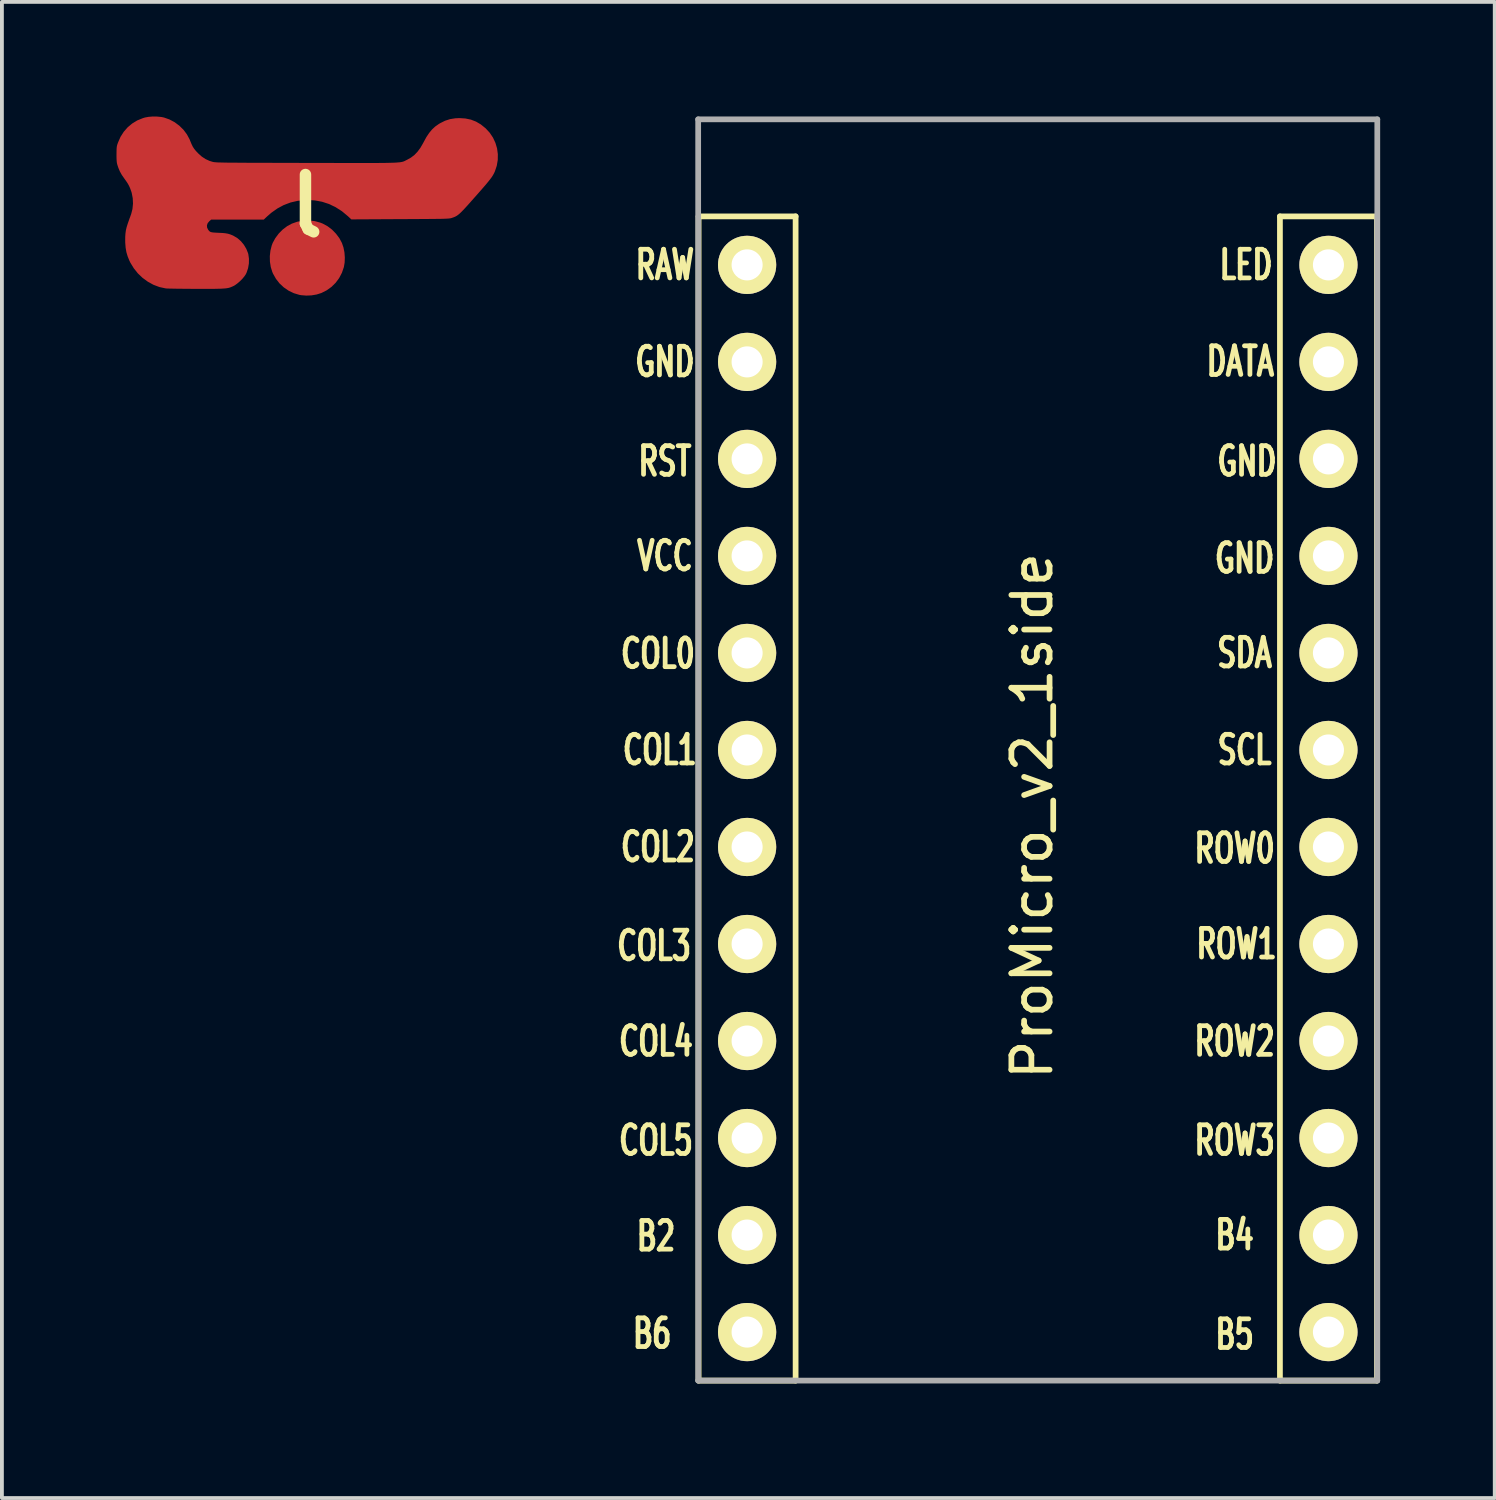
<source format=kicad_pcb>
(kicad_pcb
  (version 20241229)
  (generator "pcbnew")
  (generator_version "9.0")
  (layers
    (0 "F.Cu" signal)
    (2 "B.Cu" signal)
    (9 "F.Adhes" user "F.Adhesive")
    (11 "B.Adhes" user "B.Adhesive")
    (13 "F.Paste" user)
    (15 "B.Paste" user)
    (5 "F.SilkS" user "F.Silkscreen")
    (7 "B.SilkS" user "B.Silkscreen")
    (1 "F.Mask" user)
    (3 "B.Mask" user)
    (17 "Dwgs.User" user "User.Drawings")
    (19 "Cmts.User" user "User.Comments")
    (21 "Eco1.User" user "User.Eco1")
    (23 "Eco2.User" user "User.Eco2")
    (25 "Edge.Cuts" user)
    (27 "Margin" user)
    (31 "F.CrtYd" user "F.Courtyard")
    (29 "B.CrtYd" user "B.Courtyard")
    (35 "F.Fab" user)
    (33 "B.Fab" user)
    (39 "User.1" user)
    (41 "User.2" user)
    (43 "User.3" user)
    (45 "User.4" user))
  (footprint "l"
    (layer "F.Cu")
    (at 4.983 2.341)
    (property "Reference" "l" (at 0 0 0) (layer "F.SilkS") (effects (font (size 1.5 1.5) (thickness 0.3))))
    (attr board_only exclude_from_pos_files exclude_from_bom)
    (fp_poly (pts (xy 0.206 0.398) (xy 0.353 0.438) (xy 0.418 0.464) (xy 0.544 0.533) (xy 0.661 0.622) (xy 0.765 0.729) (xy 0.854 0.848) (xy 0.919 0.97) (xy 0.959 1.087) (xy 0.985 1.217) (xy 0.995 1.352) (xy 0.99 1.484) (xy 0.97 1.601) (xy 0.919 1.75) (xy 0.847 1.888) (xy 0.756 2.011) (xy 0.647 2.119) (xy 0.522 2.209) (xy 0.383 2.279) (xy 0.381 2.28) (xy 0.258 2.319) (xy 0.123 2.342) (xy -0.015 2.348) (xy -0.149 2.337) (xy -0.195 2.329) (xy -0.341 2.285) (xy -0.478 2.219) (xy -0.603 2.133) (xy -0.714 2.03) (xy -0.808 1.91) (xy -0.883 1.777) (xy -0.903 1.732) (xy -0.944 1.6) (xy -0.966 1.459) (xy -0.969 1.314) (xy -0.953 1.171) (xy -0.919 1.036) (xy -0.894 0.97) (xy -0.824 0.842) (xy -0.735 0.723) (xy -0.63 0.617) (xy -0.512 0.528) (xy -0.393 0.464) (xy -0.25 0.414) (xy -0.1 0.386) (xy 0.054 0.381)) (stroke (width 0) (type solid)) (fill yes) (layers "F.Cu" "F.Mask"))
    (fp_poly (pts (xy -3.916 -2.339) (xy -3.808 -2.328) (xy -3.739 -2.314) (xy -3.595 -2.263) (xy -3.46 -2.191) (xy -3.338 -2.1) (xy -3.229 -1.993) (xy -3.139 -1.872) (xy -3.068 -1.74) (xy -3.054 -1.704) (xy -3.019 -1.62) (xy -2.987 -1.553) (xy -2.95 -1.496) (xy -2.906 -1.441) (xy -2.849 -1.381) (xy -2.848 -1.379) (xy -2.751 -1.292) (xy -2.653 -1.227) (xy -2.548 -1.179) (xy -2.467 -1.154) (xy -2.455 -1.151) (xy -2.442 -1.148) (xy -2.426 -1.146) (xy -2.406 -1.144) (xy -2.382 -1.142) (xy -2.352 -1.14) (xy -2.316 -1.138) (xy -2.271 -1.137) (xy -2.217 -1.136) (xy -2.153 -1.134) (xy -2.078 -1.133) (xy -1.99 -1.132) (xy -1.889 -1.132) (xy -1.773 -1.131) (xy -1.641 -1.13) (xy -1.493 -1.129) (xy -1.327 -1.129) (xy -1.141 -1.128) (xy -0.936 -1.128) (xy -0.709 -1.127) (xy -0.46 -1.127) (xy -0.188 -1.126) (xy -0.006 -1.126) (xy 0.286 -1.125) (xy 0.554 -1.125) (xy 0.799 -1.124) (xy 1.022 -1.124) (xy 1.224 -1.123) (xy 1.406 -1.123) (xy 1.57 -1.123) (xy 1.717 -1.124) (xy 1.847 -1.124) (xy 1.962 -1.125) (xy 2.063 -1.126) (xy 2.15 -1.128) (xy 2.226 -1.13) (xy 2.291 -1.132) (xy 2.346 -1.135) (xy 2.393 -1.139) (xy 2.431 -1.142) (xy 2.464 -1.147) (xy 2.491 -1.152) (xy 2.514 -1.158) (xy 2.534 -1.164) (xy 2.552 -1.172) (xy 2.568 -1.179) (xy 2.585 -1.188) (xy 2.604 -1.198) (xy 2.625 -1.208) (xy 2.627 -1.209) (xy 2.728 -1.266) (xy 2.818 -1.335) (xy 2.898 -1.419) (xy 2.973 -1.52) (xy 3.044 -1.643) (xy 3.059 -1.671) (xy 3.13 -1.802) (xy 3.203 -1.911) (xy 3.279 -2.002) (xy 3.362 -2.079) (xy 3.456 -2.145) (xy 3.487 -2.164) (xy 3.617 -2.229) (xy 3.749 -2.272) (xy 3.888 -2.294) (xy 3.994 -2.299) (xy 4.152 -2.289) (xy 4.296 -2.259) (xy 4.43 -2.207) (xy 4.556 -2.133) (xy 4.677 -2.035) (xy 4.682 -2.031) (xy 4.788 -1.916) (xy 4.874 -1.788) (xy 4.938 -1.65) (xy 4.981 -1.505) (xy 5.001 -1.355) (xy 4.999 -1.203) (xy 4.973 -1.051) (xy 4.925 -0.907) (xy 4.907 -0.867) (xy 4.887 -0.829) (xy 4.864 -0.789) (xy 4.835 -0.745) (xy 4.799 -0.697) (xy 4.754 -0.64) (xy 4.699 -0.573) (xy 4.632 -0.495) (xy 4.55 -0.401) (xy 4.473 -0.313) (xy 4.368 -0.195) (xy 4.279 -0.094) (xy 4.203 -0.009) (xy 4.139 0.061) (xy 4.084 0.119) (xy 4.038 0.166) (xy 3.998 0.203) (xy 3.963 0.232) (xy 3.931 0.255) (xy 3.901 0.273) (xy 3.871 0.287) (xy 3.839 0.3) (xy 3.803 0.312) (xy 3.802 0.313) (xy 3.789 0.317) (xy 3.775 0.321) (xy 3.76 0.324) (xy 3.741 0.327) (xy 3.717 0.33) (xy 3.687 0.332) (xy 3.649 0.334) (xy 3.601 0.336) (xy 3.542 0.338) (xy 3.471 0.339) (xy 3.385 0.34) (xy 3.284 0.341) (xy 3.166 0.342) (xy 3.028 0.343) (xy 2.871 0.344) (xy 2.692 0.345) (xy 2.489 0.346) (xy 2.444 0.346) (xy 1.165 0.353) (xy 1.075 0.269) (xy 0.919 0.139) (xy 0.753 0.033) (xy 0.58 -0.05) (xy 0.399 -0.109) (xy 0.211 -0.144) (xy 0.018 -0.155) (xy -0.043 -0.153) (xy -0.239 -0.133) (xy -0.425 -0.09) (xy -0.601 -0.024) (xy -0.769 0.066) (xy -0.929 0.179) (xy -1.046 0.281) (xy -1.128 0.359) (xy -1.817 0.359) (xy -2.506 0.359) (xy -2.55 0.398) (xy -2.595 0.45) (xy -2.615 0.508) (xy -2.611 0.567) (xy -2.582 0.625) (xy -2.568 0.643) (xy -2.551 0.662) (xy -2.533 0.675) (xy -2.51 0.685) (xy -2.479 0.692) (xy -2.434 0.697) (xy -2.373 0.701) (xy -2.291 0.705) (xy -2.2 0.709) (xy -2.127 0.717) (xy -2.065 0.728) (xy -2.008 0.745) (xy -1.948 0.769) (xy -1.917 0.784) (xy -1.817 0.844) (xy -1.726 0.923) (xy -1.647 1.019) (xy -1.584 1.125) (xy -1.539 1.237) (xy -1.531 1.268) (xy -1.515 1.384) (xy -1.517 1.508) (xy -1.538 1.63) (xy -1.576 1.744) (xy -1.596 1.787) (xy -1.635 1.845) (xy -1.689 1.91) (xy -1.753 1.974) (xy -1.821 2.032) (xy -1.885 2.078) (xy -1.918 2.096) (xy -1.95 2.111) (xy -1.981 2.124) (xy -2.012 2.136) (xy -2.044 2.145) (xy -2.082 2.153) (xy -2.125 2.159) (xy -2.178 2.163) (xy -2.241 2.167) (xy -2.318 2.169) (xy -2.41 2.171) (xy -2.519 2.172) (xy -2.648 2.172) (xy -2.798 2.172) (xy -2.898 2.172) (xy -3.033 2.171) (xy -3.163 2.17) (xy -3.285 2.169) (xy -3.395 2.168) (xy -3.493 2.166) (xy -3.575 2.165) (xy -3.639 2.163) (xy -3.682 2.161) (xy -3.698 2.159) (xy -3.86 2.124) (xy -4.016 2.065) (xy -4.163 1.984) (xy -4.3 1.884) (xy -4.423 1.767) (xy -4.53 1.633) (xy -4.62 1.486) (xy -4.645 1.435) (xy -4.691 1.321) (xy -4.724 1.21) (xy -4.744 1.094) (xy -4.754 0.965) (xy -4.755 0.907) (xy -4.754 0.805) (xy -4.748 0.718) (xy -4.737 0.639) (xy -4.718 0.558) (xy -4.69 0.468) (xy -4.666 0.399) (xy -4.645 0.339) (xy -4.623 0.281) (xy -4.606 0.232) (xy -4.599 0.214) (xy -4.565 0.081) (xy -4.551 -0.06) (xy -4.558 -0.203) (xy -4.585 -0.343) (xy -4.599 -0.386) (xy -4.624 -0.456) (xy -4.651 -0.517) (xy -4.682 -0.576) (xy -4.723 -0.639) (xy -4.776 -0.714) (xy -4.779 -0.718) (xy -4.845 -0.813) (xy -4.895 -0.903) (xy -4.934 -0.996) (xy -4.953 -1.052) (xy -4.965 -1.092) (xy -4.973 -1.129) (xy -4.978 -1.17) (xy -4.981 -1.219) (xy -4.983 -1.284) (xy -4.983 -1.348) (xy -4.982 -1.425) (xy -4.981 -1.482) (xy -4.978 -1.526) (xy -4.973 -1.562) (xy -4.965 -1.597) (xy -4.952 -1.635) (xy -4.943 -1.66) (xy -4.878 -1.808) (xy -4.793 -1.941) (xy -4.69 -2.059) (xy -4.571 -2.158) (xy -4.438 -2.239) (xy -4.292 -2.298) (xy -4.24 -2.314) (xy -4.142 -2.332) (xy -4.031 -2.341)) (stroke (width 0) (type solid)) (fill yes) (layers "F.Cu" "F.Mask")))
  (footprint "ProMicro_v2_1side"
    (layer "F.Cu")
    (at 24.074 18.363)
    (property "Reference" "ProMicro_v2_1side" (at -0.1 -0.05 270) (layer "F.SilkS") (effects (font (size 1 1) (thickness 0.15))))
    (attr through_hole)
    (fp_line (start -8.834 -15.748) (end -6.294 -15.748) (stroke (width 0.15) (type solid)) (layer "F.SilkS"))
    (fp_line (start -8.834 14.732) (end -8.834 -15.748) (stroke (width 0.15) (type solid)) (layer "F.SilkS"))
    (fp_line (start -6.294 -15.748) (end -6.294 14.732) (stroke (width 0.15) (type solid)) (layer "F.SilkS"))
    (fp_line (start -6.294 14.732) (end -8.834 14.732) (stroke (width 0.15) (type solid)) (layer "F.SilkS"))
    (fp_line (start 6.386 -15.748) (end 8.926 -15.748) (stroke (width 0.15) (type solid)) (layer "F.SilkS"))
    (fp_line (start 6.386 14.732) (end 6.386 -15.748) (stroke (width 0.15) (type solid)) (layer "F.SilkS"))
    (fp_line (start 8.926 -15.748) (end 8.926 14.732) (stroke (width 0.15) (type solid)) (layer "F.SilkS"))
    (fp_line (start 8.926 14.732) (end 6.386 14.732) (stroke (width 0.15) (type solid)) (layer "F.SilkS"))
    (fp_line (start -8.845 -18.288) (end 8.935 -18.288) (stroke (width 0.15) (type solid)) (layer "F.Fab"))
    (fp_line (start -8.845 14.732) (end -8.845 -18.288) (stroke (width 0.15) (type solid)) (layer "F.Fab"))
    (fp_line (start 8.935 -18.288) (end 8.935 14.732) (stroke (width 0.15) (type solid)) (layer "F.Fab"))
    (fp_line (start 8.935 14.732) (end -8.845 14.732) (stroke (width 0.15) (type solid)) (layer "F.Fab"))
    (fp_text user "B5" (at 5.2 13.525 0) (layer "F.SilkS") (effects (font (size 0.75 0.5) (thickness 0.125))))
    (fp_text user "ROW0" (at 5.2 0.8 0) (layer "F.SilkS") (effects (font (size 0.75 0.5) (thickness 0.125))))
    (fp_text user "" (at -0.5 -17.25 0) (layer "F.SilkS") (effects (font (size 1 1) (thickness 0.15))))
    (fp_text user "ROW2" (at 5.2 5.85 0) (layer "F.SilkS") (effects (font (size 0.75 0.5) (thickness 0.125))))
    (fp_text user "DATA" (at 5.35 -11.95 0) (layer "F.SilkS") (effects (font (size 0.75 0.5) (thickness 0.125))))
    (fp_text user "COL2" (at -9.9 0.762 0) (layer "F.SilkS") (effects (font (size 0.75 0.5) (thickness 0.125))))
    (fp_text user "SDA" (at 5.461 -4.318 0) (layer "F.SilkS") (effects (font (size 0.75 0.5) (thickness 0.125))))
    (fp_text user "B4" (at 5.2 10.922 0) (layer "F.SilkS") (effects (font (size 0.75 0.5) (thickness 0.125))))
    (fp_text user "LED" (at 5.5 -14.478 0) (layer "F.SilkS") (effects (font (size 0.75 0.5) (thickness 0.125))))
    (fp_text user "GND" (at -9.716 -11.938 0) (layer "F.SilkS") (effects (font (size 0.75 0.5) (thickness 0.125))))
    (fp_text user "SCL" (at 5.461 -1.778 0) (layer "F.SilkS") (effects (font (size 0.75 0.5) (thickness 0.125))))
    (fp_text user "COL4" (at -9.95 5.85 0) (layer "F.SilkS") (effects (font (size 0.75 0.5) (thickness 0.125))))
    (fp_text user "COL0" (at -9.9 -4.3 0) (layer "F.SilkS") (effects (font (size 0.75 0.5) (thickness 0.125))))
    (fp_text user "COL5" (at -9.95 8.445 0) (layer "F.SilkS") (effects (font (size 0.75 0.5) (thickness 0.125))))
    (fp_text user "ROW3" (at 5.2 8.445 0) (layer "F.SilkS") (effects (font (size 0.75 0.5) (thickness 0.125))))
    (fp_text user "VCC" (at -9.716 -6.858 0) (layer "F.SilkS") (effects (font (size 0.75 0.5) (thickness 0.125))))
    (fp_text user "RAW" (at -9.716 -14.478 0) (layer "F.SilkS") (effects (font (size 0.75 0.5) (thickness 0.125))))
    (fp_text user "ROW1" (at 5.25 3.302 0) (layer "F.SilkS") (effects (font (size 0.75 0.5) (thickness 0.125))))
    (fp_text user "COL3" (at -10 3.35 0) (layer "F.SilkS") (effects (font (size 0.75 0.5) (thickness 0.125))))
    (fp_text user "COL1" (at -9.85 -1.778 0) (layer "F.SilkS") (effects (font (size 0.75 0.5) (thickness 0.125))))
    (fp_text user "B2" (at -9.95 10.95 0) (layer "F.SilkS") (effects (font (size 0.75 0.5) (thickness 0.125))))
    (fp_text user "RST" (at -9.716 -9.335 0) (layer "F.SilkS") (effects (font (size 0.75 0.5) (thickness 0.125))))
    (fp_text user "B6" (at -10.05 13.5 0) (layer "F.SilkS") (effects (font (size 0.75 0.5) (thickness 0.125))))
    (fp_text user "GND" (at 5.461 -6.795 0) (layer "F.SilkS") (effects (font (size 0.75 0.5) (thickness 0.125))))
    (fp_text user "GND" (at 5.524 -9.335 0) (layer "F.SilkS") (effects (font (size 0.75 0.5) (thickness 0.125))))
    (fp_text user "" (at -1.206 -16.256 0) (layer "B.SilkS") (effects (font (size 1 1) (thickness 0.15)) (justify mirror)))
    (pad "1" thru_hole circle (at 7.656 -14.478) (size 1.524 1.524) (drill 0.813) (layers "*.Cu" "B.Mask" "F.SilkS"))
    (pad "2" thru_hole circle (at 7.656 -11.938) (size 1.524 1.524) (drill 0.813) (layers "*.Cu" "B.Mask" "F.SilkS"))
    (pad "3" thru_hole circle (at 7.656 -9.398) (size 1.524 1.524) (drill 0.813) (layers "*.Cu" "B.Mask" "F.SilkS"))
    (pad "4" thru_hole circle (at 7.656 -6.858) (size 1.524 1.524) (drill 0.813) (layers "*.Cu" "B.Mask" "F.SilkS"))
    (pad "5" thru_hole circle (at 7.656 -4.318) (size 1.524 1.524) (drill 0.813) (layers "*.Cu" "B.Mask" "F.SilkS"))
    (pad "6" thru_hole circle (at 7.656 -1.778) (size 1.524 1.524) (drill 0.813) (layers "*.Cu" "B.Mask" "F.SilkS"))
    (pad "7" thru_hole circle (at 7.656 0.762) (size 1.524 1.524) (drill 0.813) (layers "*.Cu" "B.Mask" "F.SilkS"))
    (pad "8" thru_hole circle (at 7.656 3.302) (size 1.524 1.524) (drill 0.813) (layers "*.Cu" "B.Mask" "F.SilkS"))
    (pad "9" thru_hole circle (at 7.656 5.842) (size 1.524 1.524) (drill 0.813) (layers "*.Cu" "B.Mask" "F.SilkS"))
    (pad "10" thru_hole circle (at 7.656 8.382) (size 1.524 1.524) (drill 0.813) (layers "*.Cu" "B.Mask" "F.SilkS"))
    (pad "11" thru_hole circle (at 7.656 10.922) (size 1.524 1.524) (drill 0.813) (layers "*.Cu" "B.Mask" "F.SilkS"))
    (pad "12" thru_hole circle (at 7.656 13.462) (size 1.524 1.524) (drill 0.813) (layers "*.Cu" "B.Mask" "F.SilkS"))
    (pad "13" thru_hole circle (at -7.564 13.462) (size 1.524 1.524) (drill 0.813) (layers "*.Cu" "B.Mask" "F.SilkS"))
    (pad "14" thru_hole circle (at -7.564 10.922) (size 1.524 1.524) (drill 0.813) (layers "*.Cu" "B.Mask" "F.SilkS"))
    (pad "15" thru_hole circle (at -7.564 8.382) (size 1.524 1.524) (drill 0.813) (layers "*.Cu" "B.Mask" "F.SilkS"))
    (pad "16" thru_hole circle (at -7.564 5.842) (size 1.524 1.524) (drill 0.813) (layers "*.Cu" "B.Mask" "F.SilkS"))
    (pad "17" thru_hole circle (at -7.564 3.302) (size 1.524 1.524) (drill 0.813) (layers "*.Cu" "B.Mask" "F.SilkS"))
    (pad "18" thru_hole circle (at -7.564 0.762) (size 1.524 1.524) (drill 0.813) (layers "*.Cu" "B.Mask" "F.SilkS"))
    (pad "19" thru_hole circle (at -7.564 -1.778) (size 1.524 1.524) (drill 0.813) (layers "*.Cu" "B.Mask" "F.SilkS"))
    (pad "20" thru_hole circle (at -7.564 -4.318) (size 1.524 1.524) (drill 0.813) (layers "*.Cu" "B.Mask" "F.SilkS"))
    (pad "21" thru_hole circle (at -7.564 -6.858) (size 1.524 1.524) (drill 0.813) (layers "*.Cu" "B.Mask" "F.SilkS"))
    (pad "22" thru_hole circle (at -7.564 -9.398) (size 1.524 1.524) (drill 0.813) (layers "*.Cu" "B.Mask" "F.SilkS"))
    (pad "23" thru_hole circle (at -7.564 -11.938) (size 1.524 1.524) (drill 0.813) (layers "*.Cu" "B.Mask" "F.SilkS"))
    (pad "24" thru_hole circle (at -7.564 -14.478) (size 1.524 1.524) (drill 0.813) (layers "*.Cu" "B.Mask" "F.SilkS")))
  (gr_rect
    (start -3 -3)
    (end 36.084 36.17)
    (stroke (width 0.1) (type default))
    (fill no)
    (layer "Edge.Cuts")))
</source>
